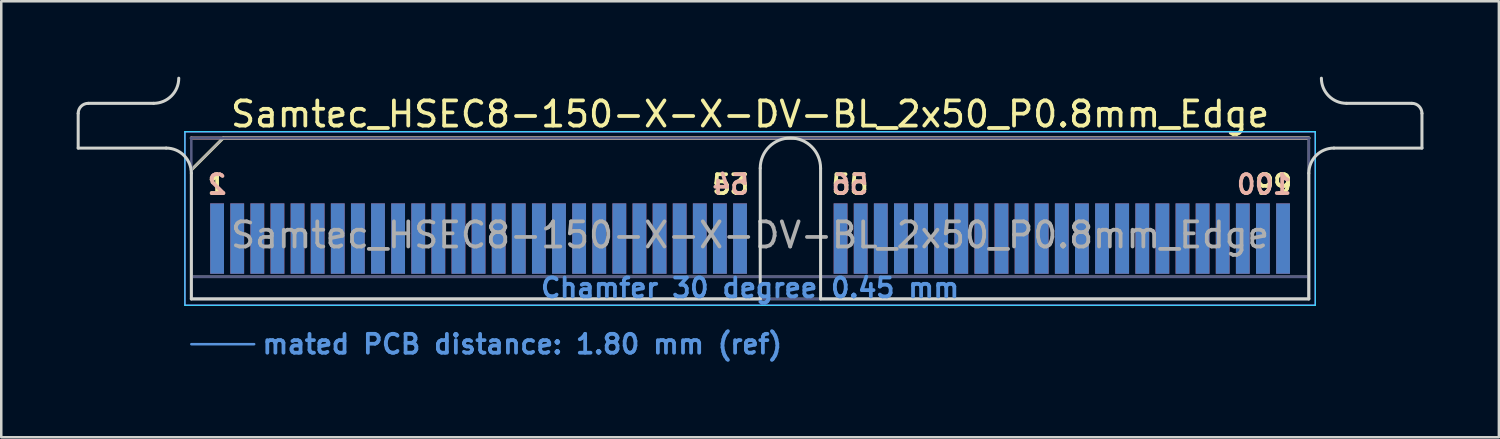
<source format=kicad_pcb>
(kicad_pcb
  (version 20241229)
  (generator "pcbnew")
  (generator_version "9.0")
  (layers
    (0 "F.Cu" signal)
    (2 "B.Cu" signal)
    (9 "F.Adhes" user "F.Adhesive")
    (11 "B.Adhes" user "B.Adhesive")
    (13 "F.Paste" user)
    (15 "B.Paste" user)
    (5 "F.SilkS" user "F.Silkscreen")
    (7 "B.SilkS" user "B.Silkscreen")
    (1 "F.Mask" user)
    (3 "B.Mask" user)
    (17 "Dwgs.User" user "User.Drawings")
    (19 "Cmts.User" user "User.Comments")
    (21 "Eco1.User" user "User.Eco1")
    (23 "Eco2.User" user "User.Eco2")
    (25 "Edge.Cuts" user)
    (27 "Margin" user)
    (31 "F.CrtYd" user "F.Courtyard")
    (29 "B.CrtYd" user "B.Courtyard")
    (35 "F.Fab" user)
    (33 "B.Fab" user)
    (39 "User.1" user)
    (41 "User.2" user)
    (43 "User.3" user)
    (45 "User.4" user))
  (footprint "Samtec_HSEC8-150-X-X-DV-BL_2x50_P0.8mm_Edge"
    (layer "F.Cu")
    (at 26.785 8.84)
    (property "Reference" "Samtec_HSEC8-150-X-X-DV-BL_2x50_P0.8mm_Edge" (at 0 -7.35 0) (layer "F.SilkS") (effects (font (size 1 1) (thickness 0.15))))
    (attr exclude_from_pos_files exclude_from_bom)
    (fp_line (start -22.225 -5.13) (end -20.955 -6.4) (stroke (width 0.12) (type solid)) (layer "F.SilkS"))
    (fp_line (start -20.955 -6.4) (end 22.225 -6.4) (stroke (width 0.12) (type solid)) (layer "F.SilkS"))
    (fp_line (start -22.225 -6.4) (end -22.225 -6.4) (stroke (width 0.12) (type solid)) (layer "B.SilkS"))
    (fp_line (start -22.225 -6.4) (end 22.225 -6.4) (stroke (width 0.12) (type solid)) (layer "B.SilkS"))
    (fp_line (start -22.225 1.8) (end -19.725 1.8) (stroke (width 0.1) (type solid)) (layer "Cmts.User"))
    (fp_line (start -26.725 -6) (end -26.725 -7.38) (stroke (width 0.12) (type solid)) (layer "Edge.Cuts"))
    (fp_line (start -26.325 -7.78) (end -23.725 -7.78) (stroke (width 0.12) (type solid)) (layer "Edge.Cuts"))
    (fp_line (start -23.225 -6) (end -26.725 -6) (stroke (width 0.12) (type solid)) (layer "Edge.Cuts"))
    (fp_line (start -22.225 -5) (end -22.225 0) (stroke (width 0.12) (type solid)) (layer "Edge.Cuts"))
    (fp_line (start -22.225 0) (end 0.405 0) (stroke (width 0.12) (type solid)) (layer "Edge.Cuts"))
    (fp_line (start 0.405 0) (end 0.405 -5.2) (stroke (width 0.12) (type solid)) (layer "Edge.Cuts"))
    (fp_line (start 2.805 -5.2) (end 2.805 0) (stroke (width 0.12) (type solid)) (layer "Edge.Cuts"))
    (fp_line (start 2.805 0) (end 22.225 0) (stroke (width 0.12) (type solid)) (layer "Edge.Cuts"))
    (fp_line (start 22.225 0) (end 22.225 -5) (stroke (width 0.12) (type solid)) (layer "Edge.Cuts"))
    (fp_line (start 23.225 -6) (end 26.725 -6) (stroke (width 0.12) (type solid)) (layer "Edge.Cuts"))
    (fp_line (start 26.325 -7.78) (end 23.725 -7.78) (stroke (width 0.12) (type solid)) (layer "Edge.Cuts"))
    (fp_line (start 26.725 -6) (end 26.725 -7.38) (stroke (width 0.12) (type solid)) (layer "Edge.Cuts"))
    (fp_arc (start -26.725 -7.38) (mid -26.607843 -7.662843) (end -26.325 -7.78) (stroke (width 0.12) (type solid)) (layer "Edge.Cuts"))
    (fp_arc (start -23.225 -6) (mid -22.517893 -5.707107) (end -22.225 -5) (stroke (width 0.12) (type solid)) (layer "Edge.Cuts"))
    (fp_arc (start -22.725 -8.78) (mid -23.017893 -8.072893) (end -23.725 -7.78) (stroke (width 0.12) (type solid)) (layer "Edge.Cuts"))
    (fp_arc (start 0.405 -5.2) (mid 1.605 -6.4) (end 2.805 -5.2) (stroke (width 0.12) (type solid)) (layer "Edge.Cuts"))
    (fp_arc (start 22.225 -5) (mid 22.517893 -5.707107) (end 23.225 -6) (stroke (width 0.12) (type solid)) (layer "Edge.Cuts"))
    (fp_arc (start 23.725 -7.78) (mid 23.017893 -8.072893) (end 22.725 -8.78) (stroke (width 0.12) (type solid)) (layer "Edge.Cuts"))
    (fp_arc (start 26.325 -7.78) (mid 26.607843 -7.662843) (end 26.725 -7.38) (stroke (width 0.12) (type solid)) (layer "Edge.Cuts"))
    (fp_line (start -22.48 -6.65) (end -22.48 0.25) (stroke (width 0.05) (type solid)) (layer "B.CrtYd"))
    (fp_line (start -22.48 0.25) (end 22.48 0.25) (stroke (width 0.05) (type solid)) (layer "B.CrtYd"))
    (fp_line (start 22.48 -6.65) (end -22.48 -6.65) (stroke (width 0.05) (type solid)) (layer "B.CrtYd"))
    (fp_line (start 22.48 0.25) (end 22.48 -6.65) (stroke (width 0.05) (type solid)) (layer "B.CrtYd"))
    (fp_line (start -22.48 -6.65) (end -22.48 0.25) (stroke (width 0.05) (type solid)) (layer "F.CrtYd"))
    (fp_line (start -22.48 0.25) (end 22.48 0.25) (stroke (width 0.05) (type solid)) (layer "F.CrtYd"))
    (fp_line (start 22.48 -6.65) (end -22.48 -6.65) (stroke (width 0.05) (type solid)) (layer "F.CrtYd"))
    (fp_line (start 22.48 0.25) (end 22.48 -6.65) (stroke (width 0.05) (type solid)) (layer "F.CrtYd"))
    (fp_line (start -22.225 -6.4) (end -22.225 -6.4) (stroke (width 0.1) (type solid)) (layer "B.Fab"))
    (fp_line (start -22.225 -6.4) (end -22.225 0) (stroke (width 0.1) (type solid)) (layer "B.Fab"))
    (fp_line (start -22.225 -6.4) (end 22.225 -6.4) (stroke (width 0.1) (type solid)) (layer "B.Fab"))
    (fp_line (start -22.225 -0.88) (end 22.225 -0.88) (stroke (width 0.1) (type solid)) (layer "B.Fab"))
    (fp_line (start -22.225 0) (end 22.225 0) (stroke (width 0.1) (type solid)) (layer "B.Fab"))
    (fp_line (start 22.225 -6.4) (end 22.225 0) (stroke (width 0.1) (type solid)) (layer "B.Fab"))
    (fp_line (start -22.225 -5.13) (end -22.225 0) (stroke (width 0.1) (type solid)) (layer "F.Fab"))
    (fp_line (start -22.225 -5.13) (end -20.955 -6.4) (stroke (width 0.1) (type solid)) (layer "F.Fab"))
    (fp_line (start -22.225 -0.88) (end 22.225 -0.88) (stroke (width 0.1) (type solid)) (layer "F.Fab"))
    (fp_line (start -22.225 0) (end 22.225 0) (stroke (width 0.1) (type solid)) (layer "F.Fab"))
    (fp_line (start -20.955 -6.4) (end 22.225 -6.4) (stroke (width 0.1) (type solid)) (layer "F.Fab"))
    (fp_line (start 22.225 -6.4) (end 22.225 0) (stroke (width 0.1) (type solid)) (layer "F.Fab"))
    (fp_text user "99" (at 20.825 -4.55 0) (layer "F.SilkS") (effects (font (size 0.75 0.75) (thickness 0.15))))
    (fp_text user "1" (at -21.2 -4.55 0) (layer "F.SilkS") (effects (font (size 0.75 0.75) (thickness 0.15))))
    (fp_text user "55" (at 3.975 -4.55 0) (layer "F.SilkS") (effects (font (size 0.75 0.75) (thickness 0.15))))
    (fp_text user "53" (at -0.775 -4.55 0) (layer "F.SilkS") (effects (font (size 0.75 0.75) (thickness 0.15))))
    (fp_text user "56" (at 3.975 -4.55 0) (layer "B.SilkS") (effects (font (size 0.75 0.75) (thickness 0.15)) (justify mirror)))
    (fp_text user "54" (at -0.775 -4.55 0) (layer "B.SilkS") (effects (font (size 0.75 0.75) (thickness 0.15)) (justify mirror)))
    (fp_text user "2" (at -21.2 -4.55 0) (layer "B.SilkS") (effects (font (size 0.75 0.75) (thickness 0.15)) (justify mirror)))
    (fp_text user "100" (at 20.45 -4.55 0) (layer "B.SilkS") (effects (font (size 0.75 0.75) (thickness 0.15)) (justify mirror)))
    (fp_text user "Chamfer 30 degree 0.45 mm" (at 0 -0.44 0) (layer "Cmts.User") (effects (font (size 0.75 0.75) (thickness 0.15))))
    (fp_text user "mated PCB distance: 1.80 mm (ref)" (at -19.48 1.8 0) (layer "Cmts.User") (effects (font (size 0.75 0.75) (thickness 0.15)) (justify left)))
    (fp_text user "${REFERENCE}" (at 0 -2.54 0) (layer "F.Fab") (effects (font (size 1 1) (thickness 0.15))))
    (pad "1" connect rect (at -21.2 -2.4) (size 0.55 2.8) (layers "F.Cu" "F.Mask"))
    (pad "2" connect rect (at -21.2 -2.4) (size 0.55 2.8) (layers "B.Cu" "B.Mask"))
    (pad "3" connect rect (at -20.4 -2.4) (size 0.55 2.8) (layers "F.Cu" "F.Mask"))
    (pad "4" connect rect (at -20.4 -2.4) (size 0.55 2.8) (layers "B.Cu" "B.Mask"))
    (pad "5" connect rect (at -19.6 -2.4) (size 0.55 2.8) (layers "F.Cu" "F.Mask"))
    (pad "6" connect rect (at -19.6 -2.4) (size 0.55 2.8) (layers "B.Cu" "B.Mask"))
    (pad "7" connect rect (at -18.8 -2.4) (size 0.55 2.8) (layers "F.Cu" "F.Mask"))
    (pad "8" connect rect (at -18.8 -2.4) (size 0.55 2.8) (layers "B.Cu" "B.Mask"))
    (pad "9" connect rect (at -18 -2.4) (size 0.55 2.8) (layers "F.Cu" "F.Mask"))
    (pad "10" connect rect (at -18 -2.4) (size 0.55 2.8) (layers "B.Cu" "B.Mask"))
    (pad "11" connect rect (at -17.2 -2.4) (size 0.55 2.8) (layers "F.Cu" "F.Mask"))
    (pad "12" connect rect (at -17.2 -2.4) (size 0.55 2.8) (layers "B.Cu" "B.Mask"))
    (pad "13" connect rect (at -16.4 -2.4) (size 0.55 2.8) (layers "F.Cu" "F.Mask"))
    (pad "14" connect rect (at -16.4 -2.4) (size 0.55 2.8) (layers "B.Cu" "B.Mask"))
    (pad "15" connect rect (at -15.6 -2.4) (size 0.55 2.8) (layers "F.Cu" "F.Mask"))
    (pad "16" connect rect (at -15.6 -2.4) (size 0.55 2.8) (layers "B.Cu" "B.Mask"))
    (pad "17" connect rect (at -14.8 -2.4) (size 0.55 2.8) (layers "F.Cu" "F.Mask"))
    (pad "18" connect rect (at -14.8 -2.4) (size 0.55 2.8) (layers "B.Cu" "B.Mask"))
    (pad "19" connect rect (at -14 -2.4) (size 0.55 2.8) (layers "F.Cu" "F.Mask"))
    (pad "20" connect rect (at -14 -2.4) (size 0.55 2.8) (layers "B.Cu" "B.Mask"))
    (pad "21" connect rect (at -13.2 -2.4) (size 0.55 2.8) (layers "F.Cu" "F.Mask"))
    (pad "22" connect rect (at -13.2 -2.4) (size 0.55 2.8) (layers "B.Cu" "B.Mask"))
    (pad "23" connect rect (at -12.4 -2.4) (size 0.55 2.8) (layers "F.Cu" "F.Mask"))
    (pad "24" connect rect (at -12.4 -2.4) (size 0.55 2.8) (layers "B.Cu" "B.Mask"))
    (pad "25" connect rect (at -11.6 -2.4) (size 0.55 2.8) (layers "F.Cu" "F.Mask"))
    (pad "26" connect rect (at -11.6 -2.4) (size 0.55 2.8) (layers "B.Cu" "B.Mask"))
    (pad "27" connect rect (at -10.8 -2.4) (size 0.55 2.8) (layers "F.Cu" "F.Mask"))
    (pad "28" connect rect (at -10.8 -2.4) (size 0.55 2.8) (layers "B.Cu" "B.Mask"))
    (pad "29" connect rect (at -10 -2.4) (size 0.55 2.8) (layers "F.Cu" "F.Mask"))
    (pad "30" connect rect (at -10 -2.4) (size 0.55 2.8) (layers "B.Cu" "B.Mask"))
    (pad "31" connect rect (at -9.2 -2.4) (size 0.55 2.8) (layers "F.Cu" "F.Mask"))
    (pad "32" connect rect (at -9.2 -2.4) (size 0.55 2.8) (layers "B.Cu" "B.Mask"))
    (pad "33" connect rect (at -8.4 -2.4) (size 0.55 2.8) (layers "F.Cu" "F.Mask"))
    (pad "34" connect rect (at -8.4 -2.4) (size 0.55 2.8) (layers "B.Cu" "B.Mask"))
    (pad "35" connect rect (at -7.6 -2.4) (size 0.55 2.8) (layers "F.Cu" "F.Mask"))
    (pad "36" connect rect (at -7.6 -2.4) (size 0.55 2.8) (layers "B.Cu" "B.Mask"))
    (pad "37" connect rect (at -6.8 -2.4) (size 0.55 2.8) (layers "F.Cu" "F.Mask"))
    (pad "38" connect rect (at -6.8 -2.4) (size 0.55 2.8) (layers "B.Cu" "B.Mask"))
    (pad "39" connect rect (at -6 -2.4) (size 0.55 2.8) (layers "F.Cu" "F.Mask"))
    (pad "40" connect rect (at -6 -2.4) (size 0.55 2.8) (layers "B.Cu" "B.Mask"))
    (pad "41" connect rect (at -5.2 -2.4) (size 0.55 2.8) (layers "F.Cu" "F.Mask"))
    (pad "42" connect rect (at -5.2 -2.4) (size 0.55 2.8) (layers "B.Cu" "B.Mask"))
    (pad "43" connect rect (at -4.4 -2.4) (size 0.55 2.8) (layers "F.Cu" "F.Mask"))
    (pad "44" connect rect (at -4.4 -2.4) (size 0.55 2.8) (layers "B.Cu" "B.Mask"))
    (pad "45" connect rect (at -3.6 -2.4) (size 0.55 2.8) (layers "F.Cu" "F.Mask"))
    (pad "46" connect rect (at -3.6 -2.4) (size 0.55 2.8) (layers "B.Cu" "B.Mask"))
    (pad "47" connect rect (at -2.8 -2.4) (size 0.55 2.8) (layers "F.Cu" "F.Mask"))
    (pad "48" connect rect (at -2.8 -2.4) (size 0.55 2.8) (layers "B.Cu" "B.Mask"))
    (pad "49" connect rect (at -2 -2.4) (size 0.55 2.8) (layers "F.Cu" "F.Mask"))
    (pad "50" connect rect (at -2 -2.4) (size 0.55 2.8) (layers "B.Cu" "B.Mask"))
    (pad "51" connect rect (at -1.2 -2.4) (size 0.55 2.8) (layers "F.Cu" "F.Mask"))
    (pad "52" connect rect (at -1.2 -2.4) (size 0.55 2.8) (layers "B.Cu" "B.Mask"))
    (pad "53" connect rect (at -0.4 -2.4) (size 0.55 2.8) (layers "F.Cu" "F.Mask"))
    (pad "54" connect rect (at -0.4 -2.4) (size 0.55 2.8) (layers "B.Cu" "B.Mask"))
    (pad "55" connect rect (at 3.6 -2.4) (size 0.55 2.8) (layers "F.Cu" "F.Mask"))
    (pad "56" connect rect (at 3.6 -2.4) (size 0.55 2.8) (layers "B.Cu" "B.Mask"))
    (pad "57" connect rect (at 4.4 -2.4) (size 0.55 2.8) (layers "F.Cu" "F.Mask"))
    (pad "58" connect rect (at 4.4 -2.4) (size 0.55 2.8) (layers "B.Cu" "B.Mask"))
    (pad "59" connect rect (at 5.2 -2.4) (size 0.55 2.8) (layers "F.Cu" "F.Mask"))
    (pad "60" connect rect (at 5.2 -2.4) (size 0.55 2.8) (layers "B.Cu" "B.Mask"))
    (pad "61" connect rect (at 6 -2.4) (size 0.55 2.8) (layers "F.Cu" "F.Mask"))
    (pad "62" connect rect (at 6 -2.4) (size 0.55 2.8) (layers "B.Cu" "B.Mask"))
    (pad "63" connect rect (at 6.8 -2.4) (size 0.55 2.8) (layers "F.Cu" "F.Mask"))
    (pad "64" connect rect (at 6.8 -2.4) (size 0.55 2.8) (layers "B.Cu" "B.Mask"))
    (pad "65" connect rect (at 7.6 -2.4) (size 0.55 2.8) (layers "F.Cu" "F.Mask"))
    (pad "66" connect rect (at 7.6 -2.4) (size 0.55 2.8) (layers "B.Cu" "B.Mask"))
    (pad "67" connect rect (at 8.4 -2.4) (size 0.55 2.8) (layers "F.Cu" "F.Mask"))
    (pad "68" connect rect (at 8.4 -2.4) (size 0.55 2.8) (layers "B.Cu" "B.Mask"))
    (pad "69" connect rect (at 9.2 -2.4) (size 0.55 2.8) (layers "F.Cu" "F.Mask"))
    (pad "70" connect rect (at 9.2 -2.4) (size 0.55 2.8) (layers "B.Cu" "B.Mask"))
    (pad "71" connect rect (at 10 -2.4) (size 0.55 2.8) (layers "F.Cu" "F.Mask"))
    (pad "72" connect rect (at 10 -2.4) (size 0.55 2.8) (layers "B.Cu" "B.Mask"))
    (pad "73" connect rect (at 10.8 -2.4) (size 0.55 2.8) (layers "F.Cu" "F.Mask"))
    (pad "74" connect rect (at 10.8 -2.4) (size 0.55 2.8) (layers "B.Cu" "B.Mask"))
    (pad "75" connect rect (at 11.6 -2.4) (size 0.55 2.8) (layers "F.Cu" "F.Mask"))
    (pad "76" connect rect (at 11.6 -2.4) (size 0.55 2.8) (layers "B.Cu" "B.Mask"))
    (pad "77" connect rect (at 12.4 -2.4) (size 0.55 2.8) (layers "F.Cu" "F.Mask"))
    (pad "78" connect rect (at 12.4 -2.4) (size 0.55 2.8) (layers "B.Cu" "B.Mask"))
    (pad "79" connect rect (at 13.2 -2.4) (size 0.55 2.8) (layers "F.Cu" "F.Mask"))
    (pad "80" connect rect (at 13.2 -2.4) (size 0.55 2.8) (layers "B.Cu" "B.Mask"))
    (pad "81" connect rect (at 14 -2.4) (size 0.55 2.8) (layers "F.Cu" "F.Mask"))
    (pad "82" connect rect (at 14 -2.4) (size 0.55 2.8) (layers "B.Cu" "B.Mask"))
    (pad "83" connect rect (at 14.8 -2.4) (size 0.55 2.8) (layers "F.Cu" "F.Mask"))
    (pad "84" connect rect (at 14.8 -2.4) (size 0.55 2.8) (layers "B.Cu" "B.Mask"))
    (pad "85" connect rect (at 15.6 -2.4) (size 0.55 2.8) (layers "F.Cu" "F.Mask"))
    (pad "86" connect rect (at 15.6 -2.4) (size 0.55 2.8) (layers "B.Cu" "B.Mask"))
    (pad "87" connect rect (at 16.4 -2.4) (size 0.55 2.8) (layers "F.Cu" "F.Mask"))
    (pad "88" connect rect (at 16.4 -2.4) (size 0.55 2.8) (layers "B.Cu" "B.Mask"))
    (pad "89" connect rect (at 17.2 -2.4) (size 0.55 2.8) (layers "F.Cu" "F.Mask"))
    (pad "90" connect rect (at 17.2 -2.4) (size 0.55 2.8) (layers "B.Cu" "B.Mask"))
    (pad "91" connect rect (at 18 -2.4) (size 0.55 2.8) (layers "F.Cu" "F.Mask"))
    (pad "92" connect rect (at 18 -2.4) (size 0.55 2.8) (layers "B.Cu" "B.Mask"))
    (pad "93" connect rect (at 18.8 -2.4) (size 0.55 2.8) (layers "F.Cu" "F.Mask"))
    (pad "94" connect rect (at 18.8 -2.4) (size 0.55 2.8) (layers "B.Cu" "B.Mask"))
    (pad "95" connect rect (at 19.6 -2.4) (size 0.55 2.8) (layers "F.Cu" "F.Mask"))
    (pad "96" connect rect (at 19.6 -2.4) (size 0.55 2.8) (layers "B.Cu" "B.Mask"))
    (pad "97" connect rect (at 20.4 -2.4) (size 0.55 2.8) (layers "F.Cu" "F.Mask"))
    (pad "98" connect rect (at 20.4 -2.4) (size 0.55 2.8) (layers "B.Cu" "B.Mask"))
    (pad "99" connect rect (at 21.2 -2.4) (size 0.55 2.8) (layers "F.Cu" "F.Mask"))
    (pad "100" connect rect (at 21.2 -2.4) (size 0.55 2.8) (layers "B.Cu" "B.Mask")))
  (gr_rect
    (start -3 -3)
    (end 56.57 14.342)
    (stroke (width 0.1) (type default))
    (fill no)
    (layer "Edge.Cuts")))
</source>
